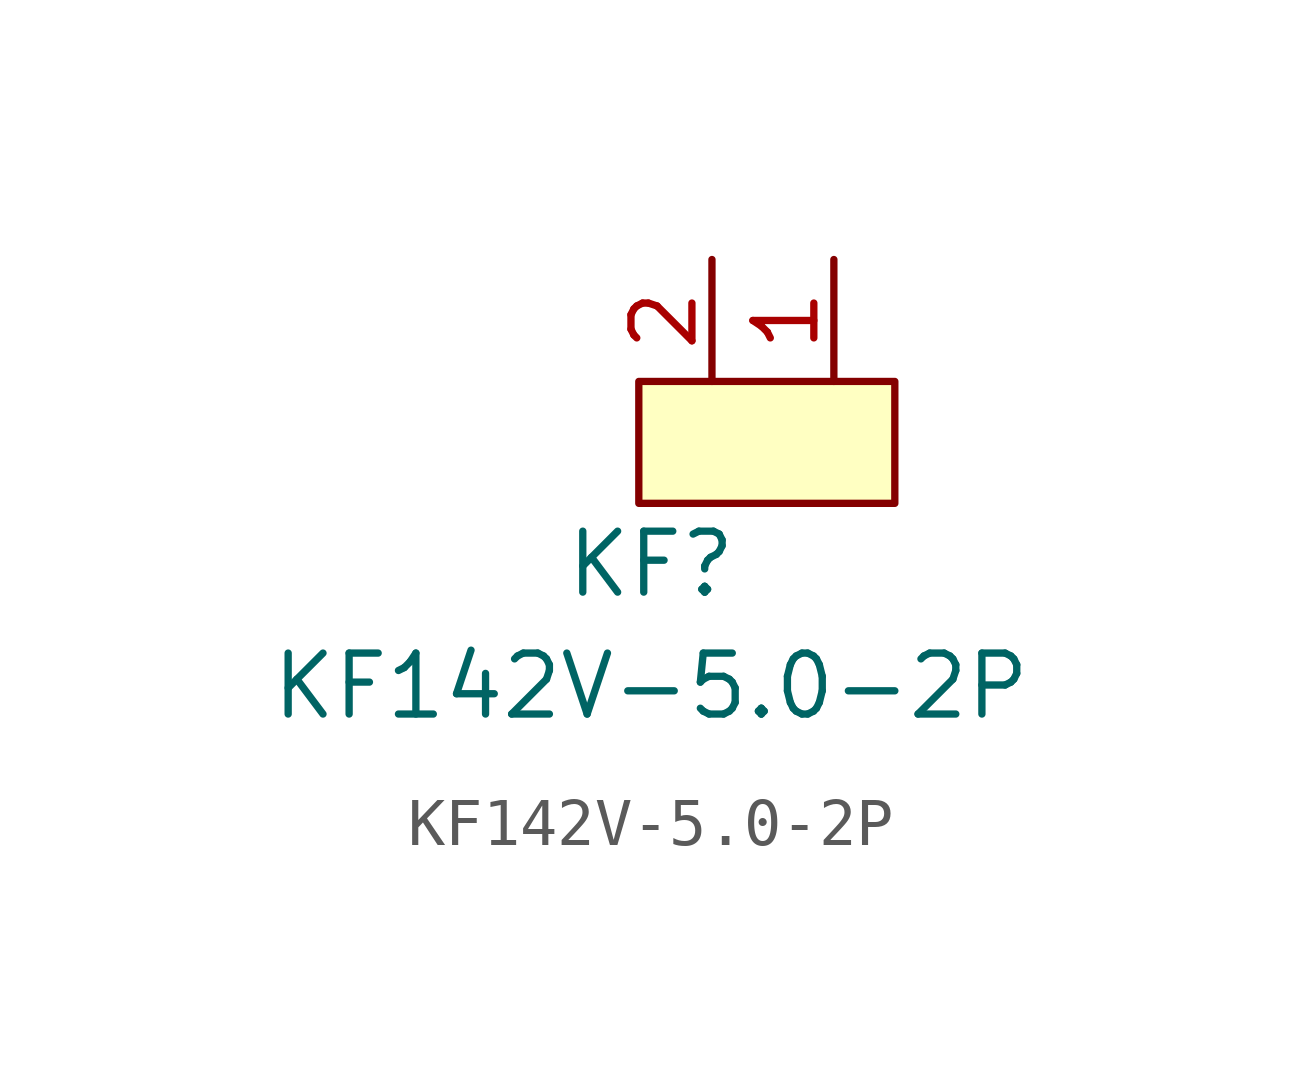
<source format=kicad_sym>
(kicad_symbol_lib
  (version 20211014)
  (generator kicad_symbol_editor)
  (symbol "KF142V-5.0-2P"
    (pin_names
      (offset 1.016))
    (property "Reference" "KF"
      (at 6.35 -3.81 0)
      (effects (font (size 1.27 1.27))))
    (property "Value" "KF142V-5.0-2P"
      (at 6.35 -6.35 0)
      (effects (font (size 1.27 1.27))))
    (symbol "KF142V-5.0-2P_0_1"
      (rectangle (start 6.096 0) (end 11.43 -2.54) (stroke (width 0) (type default) (color 0 0 0 0)) (fill (type background))))
    (symbol "KF142V-5.0-2P_1_1"
      (pin passive line (at 10.16 2.54 270) (length 2.54) (name "~" (effects (font (size 1.27 1.27)))) (number "1" (effects (font (size 1.27 1.27)))))
      (pin passive line (at 7.62 2.54 270) (length 2.54) (name "~" (effects (font (size 1.27 1.27)))) (number "2" (effects (font (size 1.27 1.27))))))))
</source>
